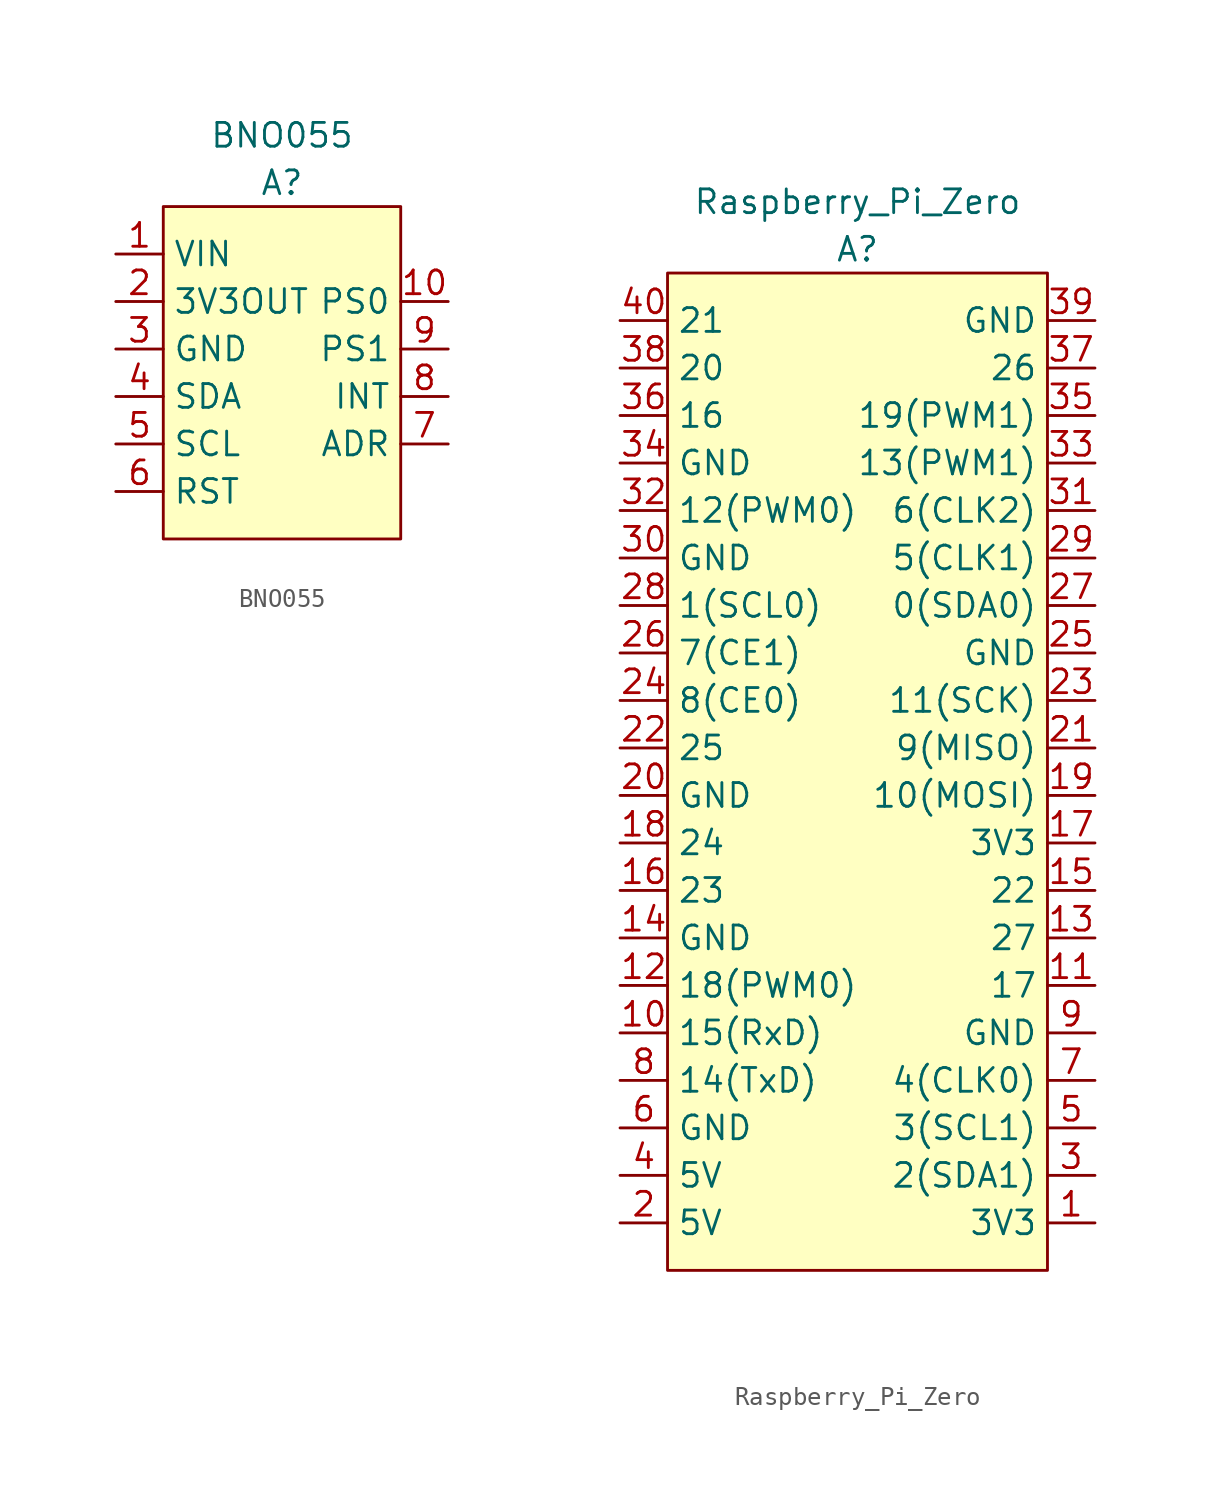
<source format=kicad_sym>
(kicad_symbol_lib
  (version 20211014)
  (generator kicad_symbol_editor)
  (symbol "BNO055"
    (property "Reference" "A"
      (at 0 1.27 0)
      (effects (font (size 1.27 1.27))))
    (property "Value" "BNO055"
      (at 0 3.81 0)
      (effects (font (size 1.27 1.27))))
    (symbol "BNO055_0_1"
      (rectangle (start -6.35 0) (end 6.35 -17.78) (stroke (width 0) (type default) (color 0 0 0 0)) (fill (type background))))
    (symbol "BNO055_1_1"
      (pin input line (at -8.89 -2.54 0) (length 2.54) (name "VIN" (effects (font (size 1.27 1.27)))) (number "1" (effects (font (size 1.27 1.27)))))
      (pin input line (at 8.89 -5.08 180) (length 2.54) (name "PS0" (effects (font (size 1.27 1.27)))) (number "10" (effects (font (size 1.27 1.27)))))
      (pin input line (at -8.89 -5.08 0) (length 2.54) (name "3V3OUT" (effects (font (size 1.27 1.27)))) (number "2" (effects (font (size 1.27 1.27)))))
      (pin input line (at -8.89 -7.62 0) (length 2.54) (name "GND" (effects (font (size 1.27 1.27)))) (number "3" (effects (font (size 1.27 1.27)))))
      (pin input line (at -8.89 -10.16 0) (length 2.54) (name "SDA" (effects (font (size 1.27 1.27)))) (number "4" (effects (font (size 1.27 1.27)))))
      (pin input line (at -8.89 -12.7 0) (length 2.54) (name "SCL" (effects (font (size 1.27 1.27)))) (number "5" (effects (font (size 1.27 1.27)))))
      (pin input line (at -8.89 -15.24 0) (length 2.54) (name "RST" (effects (font (size 1.27 1.27)))) (number "6" (effects (font (size 1.27 1.27)))))
      (pin input line (at 8.89 -12.7 180) (length 2.54) (name "ADR" (effects (font (size 1.27 1.27)))) (number "7" (effects (font (size 1.27 1.27)))))
      (pin input line (at 8.89 -10.16 180) (length 2.54) (name "INT" (effects (font (size 1.27 1.27)))) (number "8" (effects (font (size 1.27 1.27)))))
      (pin input line (at 8.89 -7.62 180) (length 2.54) (name "PS1" (effects (font (size 1.27 1.27)))) (number "9" (effects (font (size 1.27 1.27)))))))
  (symbol "Raspberry_Pi_Zero"
    (property "Reference" "A"
      (at 0 1.27 0)
      (effects (font (size 1.27 1.27))))
    (property "Value" "Raspberry_Pi_Zero"
      (at 0 3.81 0)
      (effects (font (size 1.27 1.27))))
    (symbol "Raspberry_Pi_Zero_0_1"
      (rectangle (start -10.16 0) (end 10.16 -53.34) (stroke (width 0) (type default) (color 0 0 0 0)) (fill (type background))))
    (symbol "Raspberry_Pi_Zero_1_1"
      (pin input line (at 12.7 -50.8 180) (length 2.54) (name "3V3" (effects (font (size 1.27 1.27)))) (number "1" (effects (font (size 1.27 1.27)))))
      (pin input line (at -12.7 -40.64 0) (length 2.54) (name "15(RxD)" (effects (font (size 1.27 1.27)))) (number "10" (effects (font (size 1.27 1.27)))))
      (pin input line (at 12.7 -38.1 180) (length 2.54) (name "17" (effects (font (size 1.27 1.27)))) (number "11" (effects (font (size 1.27 1.27)))))
      (pin input line (at -12.7 -38.1 0) (length 2.54) (name "18(PWM0)" (effects (font (size 1.27 1.27)))) (number "12" (effects (font (size 1.27 1.27)))))
      (pin input line (at 12.7 -35.56 180) (length 2.54) (name "27" (effects (font (size 1.27 1.27)))) (number "13" (effects (font (size 1.27 1.27)))))
      (pin input line (at -12.7 -35.56 0) (length 2.54) (name "GND" (effects (font (size 1.27 1.27)))) (number "14" (effects (font (size 1.27 1.27)))))
      (pin input line (at 12.7 -33.02 180) (length 2.54) (name "22" (effects (font (size 1.27 1.27)))) (number "15" (effects (font (size 1.27 1.27)))))
      (pin input line (at -12.7 -33.02 0) (length 2.54) (name "23" (effects (font (size 1.27 1.27)))) (number "16" (effects (font (size 1.27 1.27)))))
      (pin input line (at 12.7 -30.48 180) (length 2.54) (name "3V3" (effects (font (size 1.27 1.27)))) (number "17" (effects (font (size 1.27 1.27)))))
      (pin input line (at -12.7 -30.48 0) (length 2.54) (name "24" (effects (font (size 1.27 1.27)))) (number "18" (effects (font (size 1.27 1.27)))))
      (pin input line (at 12.7 -27.94 180) (length 2.54) (name "10(MOSI)" (effects (font (size 1.27 1.27)))) (number "19" (effects (font (size 1.27 1.27)))))
      (pin input line (at -12.7 -50.8 0) (length 2.54) (name "5V" (effects (font (size 1.27 1.27)))) (number "2" (effects (font (size 1.27 1.27)))))
      (pin input line (at -12.7 -27.94 0) (length 2.54) (name "GND" (effects (font (size 1.27 1.27)))) (number "20" (effects (font (size 1.27 1.27)))))
      (pin input line (at 12.7 -25.4 180) (length 2.54) (name "9(MISO)" (effects (font (size 1.27 1.27)))) (number "21" (effects (font (size 1.27 1.27)))))
      (pin input line (at -12.7 -25.4 0) (length 2.54) (name "25" (effects (font (size 1.27 1.27)))) (number "22" (effects (font (size 1.27 1.27)))))
      (pin input line (at 12.7 -22.86 180) (length 2.54) (name "11(SCK)" (effects (font (size 1.27 1.27)))) (number "23" (effects (font (size 1.27 1.27)))))
      (pin input line (at -12.7 -22.86 0) (length 2.54) (name "8(CE0)" (effects (font (size 1.27 1.27)))) (number "24" (effects (font (size 1.27 1.27)))))
      (pin input line (at 12.7 -20.32 180) (length 2.54) (name "GND" (effects (font (size 1.27 1.27)))) (number "25" (effects (font (size 1.27 1.27)))))
      (pin input line (at -12.7 -20.32 0) (length 2.54) (name "7(CE1)" (effects (font (size 1.27 1.27)))) (number "26" (effects (font (size 1.27 1.27)))))
      (pin input line (at 12.7 -17.78 180) (length 2.54) (name "0(SDA0)" (effects (font (size 1.27 1.27)))) (number "27" (effects (font (size 1.27 1.27)))))
      (pin input line (at -12.7 -17.78 0) (length 2.54) (name "1(SCL0)" (effects (font (size 1.27 1.27)))) (number "28" (effects (font (size 1.27 1.27)))))
      (pin input line (at 12.7 -15.24 180) (length 2.54) (name "5(CLK1)" (effects (font (size 1.27 1.27)))) (number "29" (effects (font (size 1.27 1.27)))))
      (pin input line (at 12.7 -48.26 180) (length 2.54) (name "2(SDA1)" (effects (font (size 1.27 1.27)))) (number "3" (effects (font (size 1.27 1.27)))))
      (pin input line (at -12.7 -15.24 0) (length 2.54) (name "GND" (effects (font (size 1.27 1.27)))) (number "30" (effects (font (size 1.27 1.27)))))
      (pin input line (at 12.7 -12.7 180) (length 2.54) (name "6(CLK2)" (effects (font (size 1.27 1.27)))) (number "31" (effects (font (size 1.27 1.27)))))
      (pin input line (at -12.7 -12.7 0) (length 2.54) (name "12(PWM0)" (effects (font (size 1.27 1.27)))) (number "32" (effects (font (size 1.27 1.27)))))
      (pin input line (at 12.7 -10.16 180) (length 2.54) (name "13(PWM1)" (effects (font (size 1.27 1.27)))) (number "33" (effects (font (size 1.27 1.27)))))
      (pin input line (at -12.7 -10.16 0) (length 2.54) (name "GND" (effects (font (size 1.27 1.27)))) (number "34" (effects (font (size 1.27 1.27)))))
      (pin input line (at 12.7 -7.62 180) (length 2.54) (name "19(PWM1)" (effects (font (size 1.27 1.27)))) (number "35" (effects (font (size 1.27 1.27)))))
      (pin input line (at -12.7 -7.62 0) (length 2.54) (name "16" (effects (font (size 1.27 1.27)))) (number "36" (effects (font (size 1.27 1.27)))))
      (pin input line (at 12.7 -5.08 180) (length 2.54) (name "26" (effects (font (size 1.27 1.27)))) (number "37" (effects (font (size 1.27 1.27)))))
      (pin input line (at -12.7 -5.08 0) (length 2.54) (name "20" (effects (font (size 1.27 1.27)))) (number "38" (effects (font (size 1.27 1.27)))))
      (pin input line (at 12.7 -2.54 180) (length 2.54) (name "GND" (effects (font (size 1.27 1.27)))) (number "39" (effects (font (size 1.27 1.27)))))
      (pin input line (at -12.7 -48.26 0) (length 2.54) (name "5V" (effects (font (size 1.27 1.27)))) (number "4" (effects (font (size 1.27 1.27)))))
      (pin input line (at -12.7 -2.54 0) (length 2.54) (name "21" (effects (font (size 1.27 1.27)))) (number "40" (effects (font (size 1.27 1.27)))))
      (pin input line (at 12.7 -45.72 180) (length 2.54) (name "3(SCL1)" (effects (font (size 1.27 1.27)))) (number "5" (effects (font (size 1.27 1.27)))))
      (pin input line (at -12.7 -45.72 0) (length 2.54) (name "GND" (effects (font (size 1.27 1.27)))) (number "6" (effects (font (size 1.27 1.27)))))
      (pin input line (at 12.7 -43.18 180) (length 2.54) (name "4(CLK0)" (effects (font (size 1.27 1.27)))) (number "7" (effects (font (size 1.27 1.27)))))
      (pin input line (at -12.7 -43.18 0) (length 2.54) (name "14(TxD)" (effects (font (size 1.27 1.27)))) (number "8" (effects (font (size 1.27 1.27)))))
      (pin input line (at 12.7 -40.64 180) (length 2.54) (name "GND" (effects (font (size 1.27 1.27)))) (number "9" (effects (font (size 1.27 1.27))))))))
</source>
